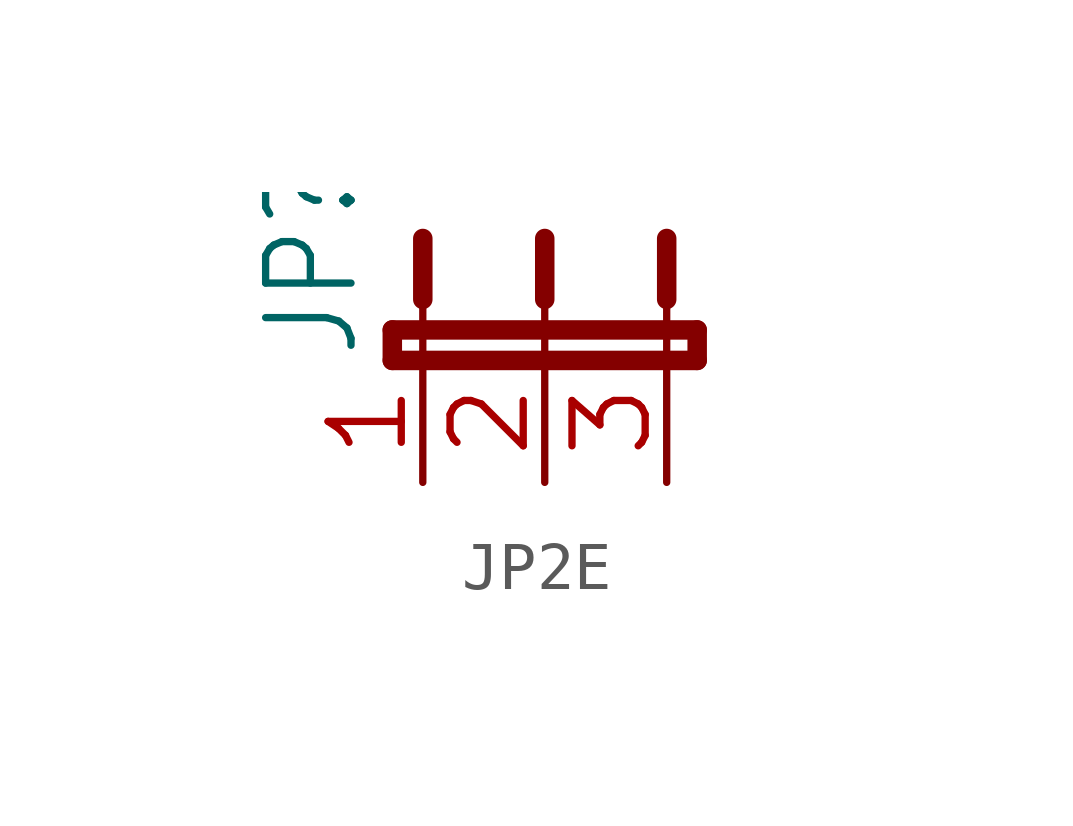
<source format=kicad_sym>
(kicad_symbol_lib
  (version 20241209)
  (generator "kicad_symbol_editor")
  (generator_version "9.0")
  (symbol "JP2E"
    (property "Reference" "JP"
      (at -3.81 0 90)
      (effects (font (size 1.778 1.511)) (justify left bottom)))
    (property "Value" ""
      (at 5.715 0 90)
      (effects (font (size 1.778 1.511)) (justify left bottom)))
    (property "ki_locked" ""
      (at 0 0 0)
      (effects (font (size 1.27 1.27))))
    (symbol "JP2E_1_0"
      (polyline (pts (xy -3.175 0.635) (xy -3.175 0)) (stroke (width 0.406) (type solid)) (fill (type none)))
      (polyline (pts (xy -3.175 0) (xy 3.175 0)) (stroke (width 0.406) (type solid)) (fill (type none)))
      (polyline (pts (xy -2.54 2.54) (xy -2.54 1.27)) (stroke (width 0.406) (type solid)) (fill (type none)))
      (polyline (pts (xy -2.54 0) (xy -2.54 1.27)) (stroke (width 0.152) (type solid)) (fill (type none)))
      (polyline (pts (xy 0 2.54) (xy 0 1.27)) (stroke (width 0.406) (type solid)) (fill (type none)))
      (polyline (pts (xy 0 0) (xy 0 1.27)) (stroke (width 0.152) (type solid)) (fill (type none)))
      (polyline (pts (xy 2.54 2.54) (xy 2.54 1.27)) (stroke (width 0.406) (type solid)) (fill (type none)))
      (polyline (pts (xy 2.54 0) (xy 2.54 1.27)) (stroke (width 0.152) (type solid)) (fill (type none)))
      (polyline (pts (xy 3.175 0.635) (xy -3.175 0.635)) (stroke (width 0.406) (type solid)) (fill (type none)))
      (polyline (pts (xy 3.175 0) (xy 3.175 0.635)) (stroke (width 0.406) (type solid)) (fill (type none)))
      (pin passive line (at -2.54 -2.54 90) (length 2.54) (name "1" (effects (font (size 0 0)))) (number "1" (effects (font (size 1.524 1.524)))))
      (pin passive line (at 0 -2.54 90) (length 2.54) (name "2" (effects (font (size 0 0)))) (number "2" (effects (font (size 1.524 1.524)))))
      (pin passive line (at 2.54 -2.54 90) (length 2.54) (name "3" (effects (font (size 0 0)))) (number "3" (effects (font (size 1.524 1.524))))))))
</source>
